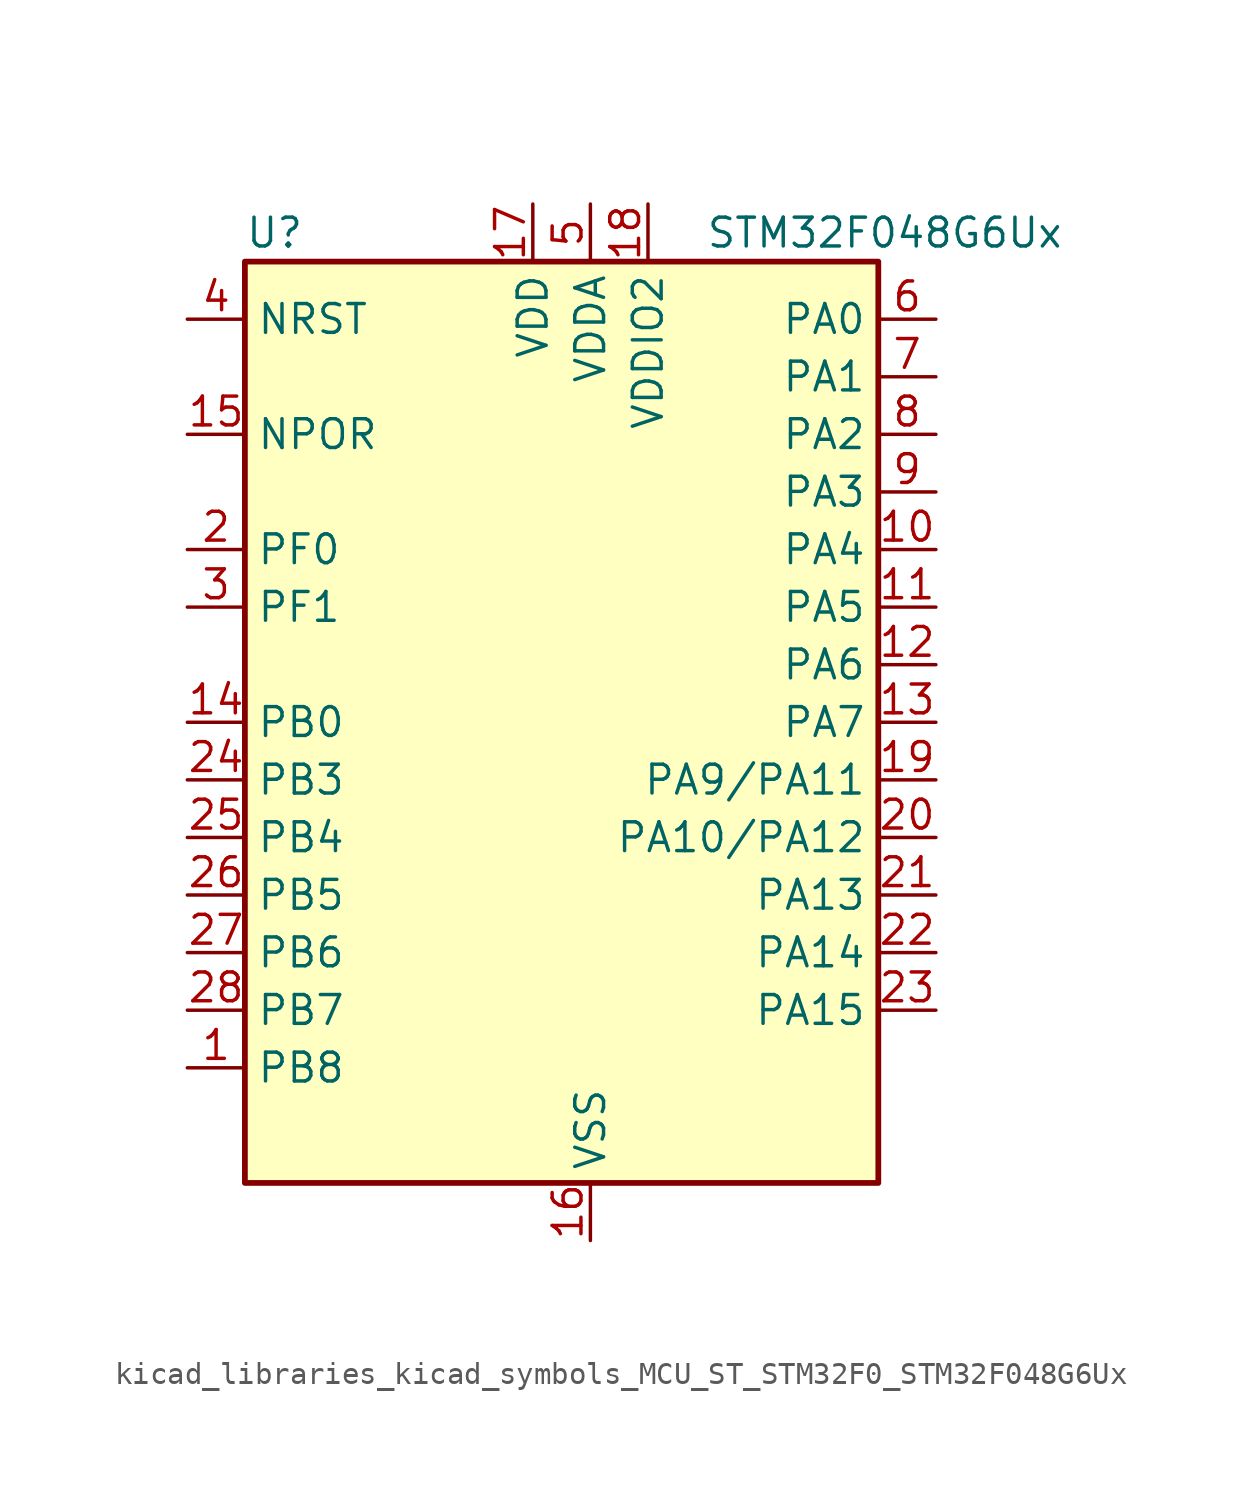
<source format=kicad_sym>
(kicad_symbol_lib
  (version 20220914)
  (generator kicad_symbol_editor)
  (symbol "kicad_libraries_kicad_symbols_MCU_ST_STM32F0_STM32F048G6Ux"
    (property "Reference" "U"
      (at -12.7 21.59 0)
      (effects (font (size 1.27 1.27)) (justify left)))
    (property "Value" "STM32F048G6Ux"
      (at 7.62 21.59 0)
      (effects (font (size 1.27 1.27)) (justify left)))
    (property "ki_locked" ""
      (at 0 0 0)
      (effects (font (size 1.27 1.27))))
    (symbol "kicad_libraries_kicad_symbols_MCU_ST_STM32F0_STM32F048G6Ux_0_1"
      (rectangle (start -12.7 -20.32) (end 15.24 20.32) (stroke (width 0.254) (type default)) (fill (type background))))
    (symbol "kicad_libraries_kicad_symbols_MCU_ST_STM32F0_STM32F048G6Ux_1_1"
      (pin bidirectional line (at -15.24 -15.24 0) (length 2.54) (name "PB8" (effects (font (size 1.27 1.27)))) (number "1" (effects (font (size 1.27 1.27)))) (alternate "CEC" bidirectional line) (alternate "I2C1_SCL" bidirectional line) (alternate "TIM16_CH1" bidirectional line) (alternate "TSC_SYNC" bidirectional line))
      (pin bidirectional line (at 17.78 7.62 180) (length 2.54) (name "PA4" (effects (font (size 1.27 1.27)))) (number "10" (effects (font (size 1.27 1.27)))) (alternate "ADC_IN4" bidirectional line) (alternate "I2S1_WS" bidirectional line) (alternate "SPI1_NSS" bidirectional line) (alternate "TIM14_CH1" bidirectional line) (alternate "TSC_G2_IO1" bidirectional line) (alternate "USART2_CK" bidirectional line) (alternate "USB_NOE" bidirectional line))
      (pin bidirectional line (at 17.78 5.08 180) (length 2.54) (name "PA5" (effects (font (size 1.27 1.27)))) (number "11" (effects (font (size 1.27 1.27)))) (alternate "ADC_IN5" bidirectional line) (alternate "CEC" bidirectional line) (alternate "I2S1_CK" bidirectional line) (alternate "SPI1_SCK" bidirectional line) (alternate "TIM2_CH1" bidirectional line) (alternate "TIM2_ETR" bidirectional line) (alternate "TSC_G2_IO2" bidirectional line))
      (pin bidirectional line (at 17.78 2.54 180) (length 2.54) (name "PA6" (effects (font (size 1.27 1.27)))) (number "12" (effects (font (size 1.27 1.27)))) (alternate "ADC_IN6" bidirectional line) (alternate "I2S1_MCK" bidirectional line) (alternate "SPI1_MISO" bidirectional line) (alternate "TIM16_CH1" bidirectional line) (alternate "TIM1_BKIN" bidirectional line) (alternate "TIM3_CH1" bidirectional line) (alternate "TSC_G2_IO3" bidirectional line))
      (pin bidirectional line (at 17.78 0 180) (length 2.54) (name "PA7" (effects (font (size 1.27 1.27)))) (number "13" (effects (font (size 1.27 1.27)))) (alternate "ADC_IN7" bidirectional line) (alternate "I2S1_SD" bidirectional line) (alternate "SPI1_MOSI" bidirectional line) (alternate "TIM14_CH1" bidirectional line) (alternate "TIM17_CH1" bidirectional line) (alternate "TIM1_CH1N" bidirectional line) (alternate "TIM3_CH2" bidirectional line) (alternate "TSC_G2_IO4" bidirectional line))
      (pin bidirectional line (at -15.24 0 0) (length 2.54) (name "PB0" (effects (font (size 1.27 1.27)))) (number "14" (effects (font (size 1.27 1.27)))) (alternate "ADC_IN8" bidirectional line) (alternate "TIM1_CH2N" bidirectional line) (alternate "TIM3_CH3" bidirectional line))
      (pin input line (at -15.24 12.7 0) (length 2.54) (name "NPOR" (effects (font (size 1.27 1.27)))) (number "15" (effects (font (size 1.27 1.27)))))
      (pin power_in line (at 2.54 -22.86 90) (length 2.54) (name "VSS" (effects (font (size 1.27 1.27)))) (number "16" (effects (font (size 1.27 1.27)))))
      (pin power_in line (at 0 22.86 270) (length 2.54) (name "VDD" (effects (font (size 1.27 1.27)))) (number "17" (effects (font (size 1.27 1.27)))))
      (pin power_in line (at 5.08 22.86 270) (length 2.54) (name "VDDIO2" (effects (font (size 1.27 1.27)))) (number "18" (effects (font (size 1.27 1.27)))))
      (pin bidirectional line (at 17.78 -2.54 180) (length 2.54) (name "PA9/PA11" (effects (font (size 1.27 1.27)))) (number "19" (effects (font (size 1.27 1.27)))) (alternate "I2C1_SCL" bidirectional line) (alternate "TIM1_CH2" bidirectional line) (alternate "TSC_G4_IO1" bidirectional line) (alternate "USART1_TX" bidirectional line))
      (pin bidirectional line (at -15.24 7.62 0) (length 2.54) (name "PF0" (effects (font (size 1.27 1.27)))) (number "2" (effects (font (size 1.27 1.27)))) (alternate "CRS_SYNC" bidirectional line) (alternate "I2C1_SDA" bidirectional line) (alternate "RCC_OSC_IN" bidirectional line))
      (pin bidirectional line (at 17.78 -5.08 180) (length 2.54) (name "PA10/PA12" (effects (font (size 1.27 1.27)))) (number "20" (effects (font (size 1.27 1.27)))) (alternate "I2C1_SDA" bidirectional line) (alternate "TIM17_BKIN" bidirectional line) (alternate "TIM1_CH3" bidirectional line) (alternate "TSC_G4_IO2" bidirectional line) (alternate "USART1_RX" bidirectional line))
      (pin bidirectional line (at 17.78 -7.62 180) (length 2.54) (name "PA13" (effects (font (size 1.27 1.27)))) (number "21" (effects (font (size 1.27 1.27)))) (alternate "IR_OUT" bidirectional line) (alternate "SYS_SWDIO" bidirectional line) (alternate "USB_NOE" bidirectional line))
      (pin bidirectional line (at 17.78 -10.16 180) (length 2.54) (name "PA14" (effects (font (size 1.27 1.27)))) (number "22" (effects (font (size 1.27 1.27)))) (alternate "SYS_SWCLK" bidirectional line) (alternate "USART2_TX" bidirectional line))
      (pin bidirectional line (at 17.78 -12.7 180) (length 2.54) (name "PA15" (effects (font (size 1.27 1.27)))) (number "23" (effects (font (size 1.27 1.27)))) (alternate "I2S1_WS" bidirectional line) (alternate "SPI1_NSS" bidirectional line) (alternate "TIM2_CH1" bidirectional line) (alternate "TIM2_ETR" bidirectional line) (alternate "USART2_RX" bidirectional line) (alternate "USB_NOE" bidirectional line))
      (pin bidirectional line (at -15.24 -2.54 0) (length 2.54) (name "PB3" (effects (font (size 1.27 1.27)))) (number "24" (effects (font (size 1.27 1.27)))) (alternate "I2S1_CK" bidirectional line) (alternate "SPI1_SCK" bidirectional line) (alternate "TIM2_CH2" bidirectional line) (alternate "TSC_G5_IO1" bidirectional line))
      (pin bidirectional line (at -15.24 -5.08 0) (length 2.54) (name "PB4" (effects (font (size 1.27 1.27)))) (number "25" (effects (font (size 1.27 1.27)))) (alternate "I2S1_MCK" bidirectional line) (alternate "SPI1_MISO" bidirectional line) (alternate "TIM17_BKIN" bidirectional line) (alternate "TIM3_CH1" bidirectional line) (alternate "TSC_G5_IO2" bidirectional line))
      (pin bidirectional line (at -15.24 -7.62 0) (length 2.54) (name "PB5" (effects (font (size 1.27 1.27)))) (number "26" (effects (font (size 1.27 1.27)))) (alternate "I2C1_SMBA" bidirectional line) (alternate "I2S1_SD" bidirectional line) (alternate "SPI1_MOSI" bidirectional line) (alternate "SYS_WKUP6" bidirectional line) (alternate "TIM16_BKIN" bidirectional line) (alternate "TIM3_CH2" bidirectional line))
      (pin bidirectional line (at -15.24 -10.16 0) (length 2.54) (name "PB6" (effects (font (size 1.27 1.27)))) (number "27" (effects (font (size 1.27 1.27)))) (alternate "I2C1_SCL" bidirectional line) (alternate "TIM16_CH1N" bidirectional line) (alternate "TSC_G5_IO3" bidirectional line) (alternate "USART1_TX" bidirectional line))
      (pin bidirectional line (at -15.24 -12.7 0) (length 2.54) (name "PB7" (effects (font (size 1.27 1.27)))) (number "28" (effects (font (size 1.27 1.27)))) (alternate "I2C1_SDA" bidirectional line) (alternate "TIM17_CH1N" bidirectional line) (alternate "TSC_G5_IO4" bidirectional line) (alternate "USART1_RX" bidirectional line))
      (pin bidirectional line (at -15.24 5.08 0) (length 2.54) (name "PF1" (effects (font (size 1.27 1.27)))) (number "3" (effects (font (size 1.27 1.27)))) (alternate "I2C1_SCL" bidirectional line) (alternate "RCC_OSC_OUT" bidirectional line))
      (pin input line (at -15.24 17.78 0) (length 2.54) (name "NRST" (effects (font (size 1.27 1.27)))) (number "4" (effects (font (size 1.27 1.27)))))
      (pin power_in line (at 2.54 22.86 270) (length 2.54) (name "VDDA" (effects (font (size 1.27 1.27)))) (number "5" (effects (font (size 1.27 1.27)))))
      (pin bidirectional line (at 17.78 17.78 180) (length 2.54) (name "PA0" (effects (font (size 1.27 1.27)))) (number "6" (effects (font (size 1.27 1.27)))) (alternate "ADC_IN0" bidirectional line) (alternate "RTC_TAMP2" bidirectional line) (alternate "SYS_WKUP1" bidirectional line) (alternate "TIM2_CH1" bidirectional line) (alternate "TIM2_ETR" bidirectional line) (alternate "TSC_G1_IO1" bidirectional line) (alternate "USART2_CTS" bidirectional line))
      (pin bidirectional line (at 17.78 15.24 180) (length 2.54) (name "PA1" (effects (font (size 1.27 1.27)))) (number "7" (effects (font (size 1.27 1.27)))) (alternate "ADC_IN1" bidirectional line) (alternate "TIM2_CH2" bidirectional line) (alternate "TSC_G1_IO2" bidirectional line) (alternate "USART2_DE" bidirectional line) (alternate "USART2_RTS" bidirectional line))
      (pin bidirectional line (at 17.78 12.7 180) (length 2.54) (name "PA2" (effects (font (size 1.27 1.27)))) (number "8" (effects (font (size 1.27 1.27)))) (alternate "ADC_IN2" bidirectional line) (alternate "SYS_WKUP4" bidirectional line) (alternate "TIM2_CH3" bidirectional line) (alternate "TSC_G1_IO3" bidirectional line) (alternate "USART2_TX" bidirectional line))
      (pin bidirectional line (at 17.78 10.16 180) (length 2.54) (name "PA3" (effects (font (size 1.27 1.27)))) (number "9" (effects (font (size 1.27 1.27)))) (alternate "ADC_IN3" bidirectional line) (alternate "TIM2_CH4" bidirectional line) (alternate "TSC_G1_IO4" bidirectional line) (alternate "USART2_RX" bidirectional line)))))
</source>
